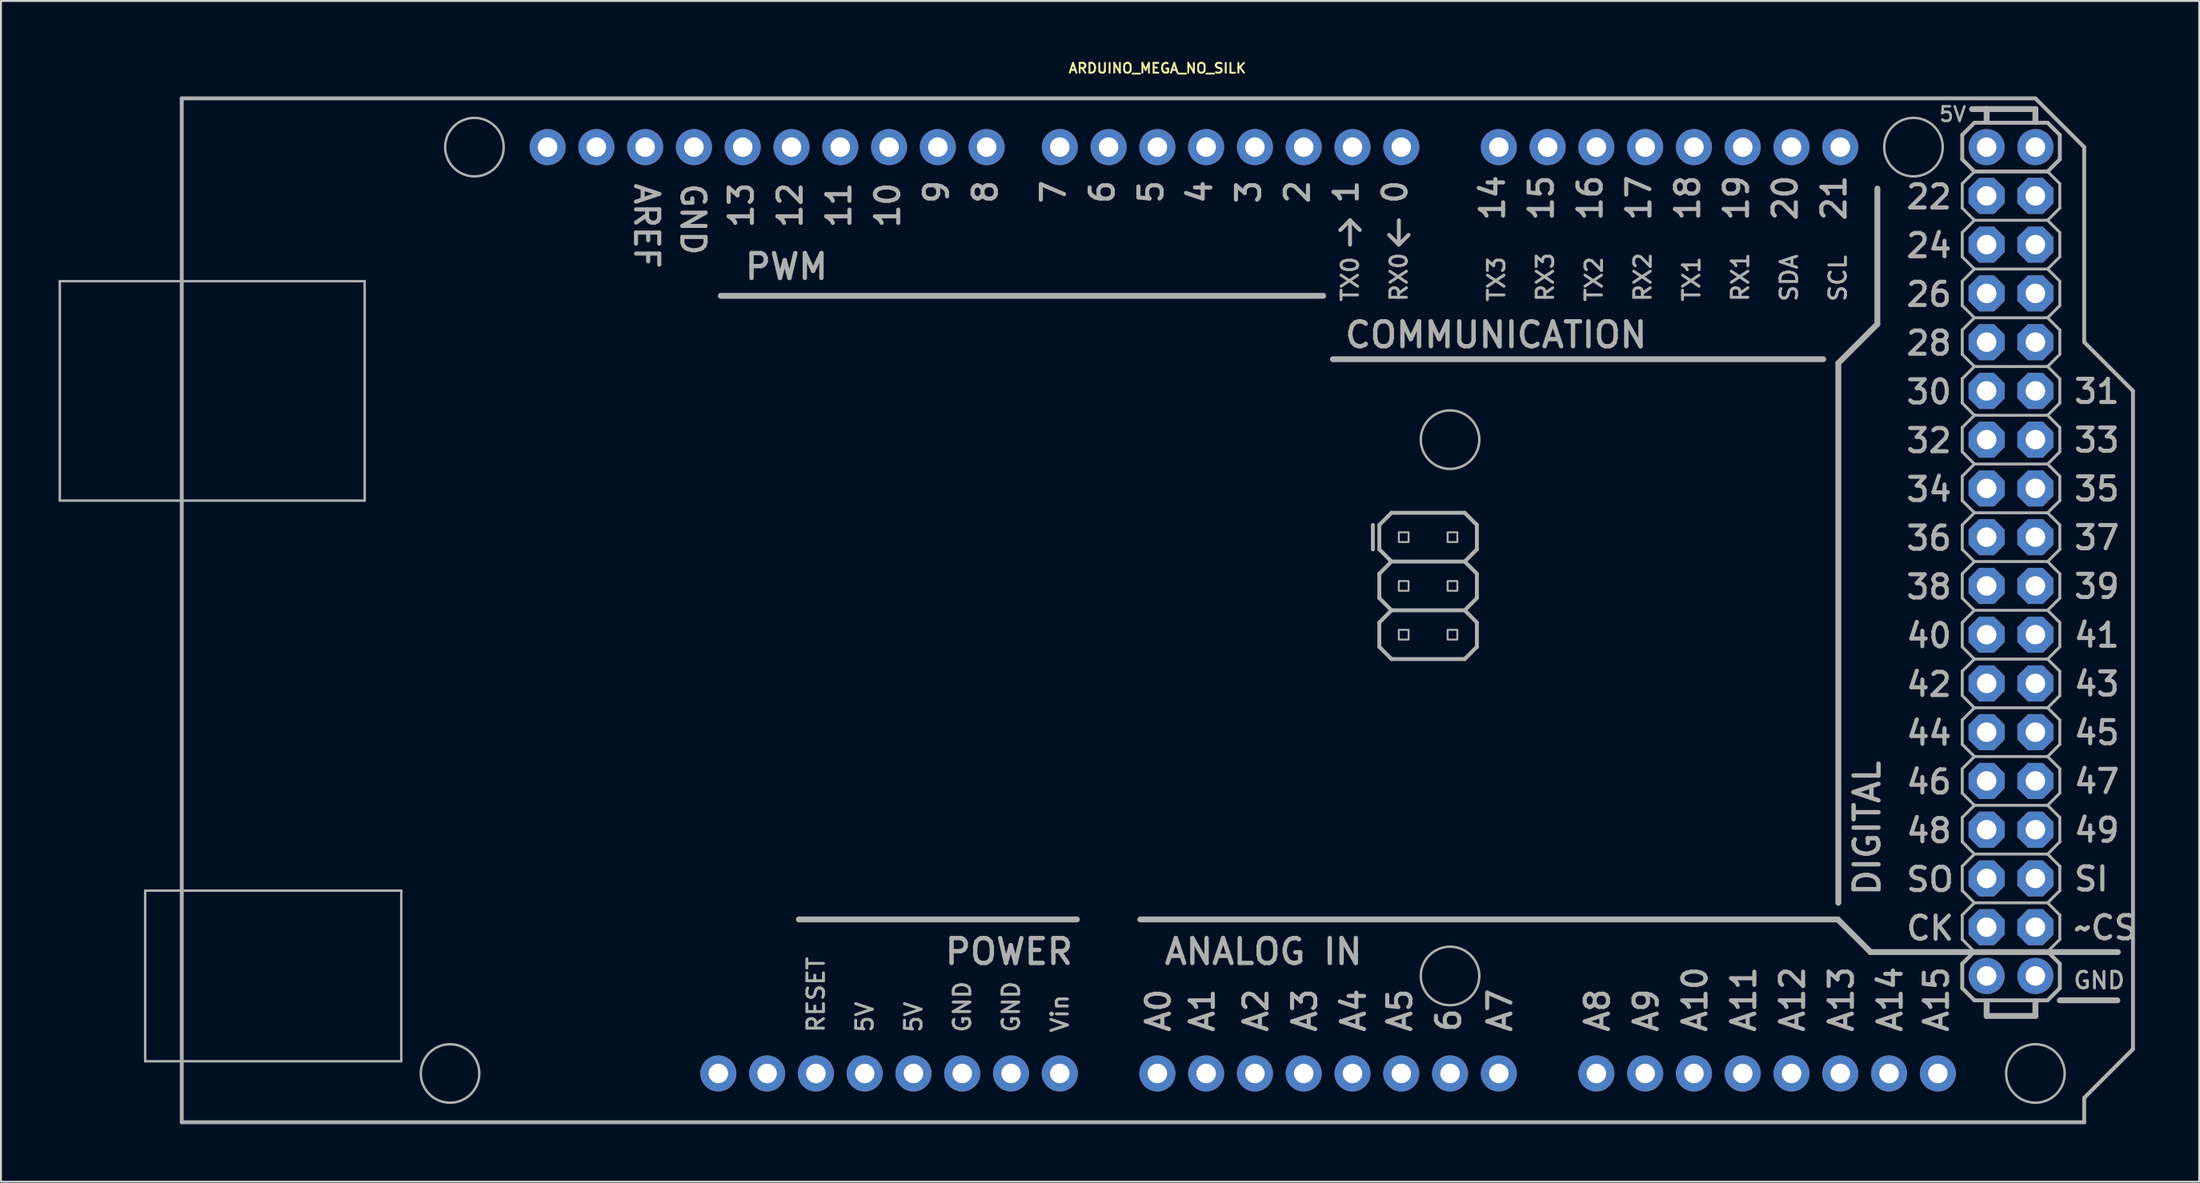
<source format=kicad_pcb>
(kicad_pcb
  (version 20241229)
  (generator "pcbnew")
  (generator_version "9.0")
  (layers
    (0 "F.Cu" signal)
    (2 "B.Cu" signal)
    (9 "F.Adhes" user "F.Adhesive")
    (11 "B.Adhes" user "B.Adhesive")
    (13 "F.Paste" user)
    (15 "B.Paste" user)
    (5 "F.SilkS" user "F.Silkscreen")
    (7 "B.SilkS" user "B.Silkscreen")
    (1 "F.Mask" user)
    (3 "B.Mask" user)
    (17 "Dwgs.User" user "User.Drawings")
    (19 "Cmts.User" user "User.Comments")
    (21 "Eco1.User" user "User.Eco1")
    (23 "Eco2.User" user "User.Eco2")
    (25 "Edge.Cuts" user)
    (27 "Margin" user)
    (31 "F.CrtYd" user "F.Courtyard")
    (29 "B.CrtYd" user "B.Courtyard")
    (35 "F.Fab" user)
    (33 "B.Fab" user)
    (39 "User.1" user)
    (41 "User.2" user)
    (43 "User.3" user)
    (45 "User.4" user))
  (footprint "ARDUINO_MEGA_NO_SILK"
    (layer "F.Cu")
    (at 55.944 28.745)
    (property "Reference" "ARDUINO_MEGA_NO_SILK" (at 1.27 -27.94 0) (unlocked yes) (layer "F.SilkS") (effects (font (size 0.512 0.512) (thickness 0.098)) (justify bottom)))
    (fp_line (start -55.88 -17.145) (end -55.88 -5.715) (stroke (width 0.127) (type solid)) (layer "F.Fab"))
    (fp_line (start -55.88 -5.715) (end -40.005 -5.715) (stroke (width 0.127) (type solid)) (layer "F.Fab"))
    (fp_line (start -51.435 14.605) (end -51.435 23.495) (stroke (width 0.127) (type solid)) (layer "F.Fab"))
    (fp_line (start -51.435 23.495) (end -38.1 23.495) (stroke (width 0.127) (type solid)) (layer "F.Fab"))
    (fp_line (start -49.53 -26.67) (end 46.99 -26.67) (stroke (width 0.203) (type solid)) (layer "F.Fab"))
    (fp_line (start -49.53 26.67) (end -49.53 -26.67) (stroke (width 0.203) (type solid)) (layer "F.Fab"))
    (fp_line (start -40.005 -17.145) (end -55.88 -17.145) (stroke (width 0.127) (type solid)) (layer "F.Fab"))
    (fp_line (start -40.005 -5.715) (end -40.005 -17.145) (stroke (width 0.127) (type solid)) (layer "F.Fab"))
    (fp_line (start -38.1 14.605) (end -51.435 14.605) (stroke (width 0.127) (type solid)) (layer "F.Fab"))
    (fp_line (start -38.1 23.495) (end -38.1 14.605) (stroke (width 0.127) (type solid)) (layer "F.Fab"))
    (fp_line (start -2.921 16.104) (end -17.399 16.104) (stroke (width 0.305) (type solid)) (layer "F.Fab"))
    (fp_line (start 9.906 -16.383) (end -21.463 -16.383) (stroke (width 0.305) (type solid)) (layer "F.Fab"))
    (fp_line (start 10.414 -13.081) (end 35.941 -13.081) (stroke (width 0.305) (type solid)) (layer "F.Fab"))
    (fp_line (start 10.795 -19.812) (end 11.303 -20.32) (stroke (width 0.203) (type solid)) (layer "F.Fab"))
    (fp_line (start 11.303 -20.32) (end 11.811 -19.812) (stroke (width 0.203) (type solid)) (layer "F.Fab"))
    (fp_line (start 11.303 -19.05) (end 11.303 -20.32) (stroke (width 0.203) (type solid)) (layer "F.Fab"))
    (fp_line (start 12.492 -3.175) (end 12.492 -4.445) (stroke (width 0.203) (type solid)) (layer "F.Fab"))
    (fp_line (start 12.827 -4.445) (end 12.827 -3.175) (stroke (width 0.203) (type solid)) (layer "F.Fab"))
    (fp_line (start 12.827 -3.175) (end 13.462 -2.54) (stroke (width 0.203) (type solid)) (layer "F.Fab"))
    (fp_line (start 12.827 -1.905) (end 12.827 -0.635) (stroke (width 0.203) (type solid)) (layer "F.Fab"))
    (fp_line (start 12.827 -0.635) (end 13.462 0) (stroke (width 0.203) (type solid)) (layer "F.Fab"))
    (fp_line (start 12.827 0.635) (end 12.827 1.905) (stroke (width 0.203) (type solid)) (layer "F.Fab"))
    (fp_line (start 12.827 1.905) (end 13.462 2.54) (stroke (width 0.203) (type solid)) (layer "F.Fab"))
    (fp_line (start 13.462 -5.08) (end 12.827 -4.445) (stroke (width 0.203) (type solid)) (layer "F.Fab"))
    (fp_line (start 13.462 -5.08) (end 17.272 -5.08) (stroke (width 0.203) (type solid)) (layer "F.Fab"))
    (fp_line (start 13.462 -2.54) (end 12.827 -1.905) (stroke (width 0.203) (type solid)) (layer "F.Fab"))
    (fp_line (start 13.462 0) (end 12.827 0.635) (stroke (width 0.203) (type solid)) (layer "F.Fab"))
    (fp_line (start 13.843 -20.32) (end 13.843 -19.05) (stroke (width 0.203) (type solid)) (layer "F.Fab"))
    (fp_line (start 13.843 -19.05) (end 13.335 -19.558) (stroke (width 0.203) (type solid)) (layer "F.Fab"))
    (fp_line (start 14.351 -19.558) (end 13.843 -19.05) (stroke (width 0.203) (type solid)) (layer "F.Fab"))
    (fp_line (start 17.272 -5.08) (end 17.907 -4.445) (stroke (width 0.203) (type solid)) (layer "F.Fab"))
    (fp_line (start 17.272 -2.54) (end 13.462 -2.54) (stroke (width 0.203) (type solid)) (layer "F.Fab"))
    (fp_line (start 17.272 -2.54) (end 17.907 -1.905) (stroke (width 0.203) (type solid)) (layer "F.Fab"))
    (fp_line (start 17.272 0) (end 13.462 0) (stroke (width 0.203) (type solid)) (layer "F.Fab"))
    (fp_line (start 17.272 0) (end 17.907 0.635) (stroke (width 0.203) (type solid)) (layer "F.Fab"))
    (fp_line (start 17.272 2.54) (end 13.462 2.54) (stroke (width 0.203) (type solid)) (layer "F.Fab"))
    (fp_line (start 17.907 -4.445) (end 17.907 -3.175) (stroke (width 0.203) (type solid)) (layer "F.Fab"))
    (fp_line (start 17.907 -3.175) (end 17.272 -2.54) (stroke (width 0.203) (type solid)) (layer "F.Fab"))
    (fp_line (start 17.907 -1.905) (end 17.907 -0.635) (stroke (width 0.203) (type solid)) (layer "F.Fab"))
    (fp_line (start 17.907 -0.635) (end 17.272 0) (stroke (width 0.203) (type solid)) (layer "F.Fab"))
    (fp_line (start 17.907 0.635) (end 17.907 1.905) (stroke (width 0.203) (type solid)) (layer "F.Fab"))
    (fp_line (start 17.907 1.905) (end 17.272 2.54) (stroke (width 0.203) (type solid)) (layer "F.Fab"))
    (fp_line (start 36.703 16.104) (end 0.381 16.104) (stroke (width 0.305) (type solid)) (layer "F.Fab"))
    (fp_line (start 36.703 16.104) (end 38.405 17.805) (stroke (width 0.305) (type solid)) (layer "F.Fab"))
    (fp_line (start 36.728 -12.878) (end 36.728 15.24) (stroke (width 0.305) (type solid)) (layer "F.Fab"))
    (fp_line (start 36.728 -12.878) (end 38.76 -14.91) (stroke (width 0.305) (type solid)) (layer "F.Fab"))
    (fp_line (start 38.405 17.805) (end 51.283 17.805) (stroke (width 0.305) (type solid)) (layer "F.Fab"))
    (fp_line (start 38.76 -14.91) (end 38.76 -21.971) (stroke (width 0.305) (type solid)) (layer "F.Fab"))
    (fp_line (start 43.18 -24.765) (end 43.18 -23.495) (stroke (width 0.203) (type solid)) (layer "F.Fab"))
    (fp_line (start 43.18 -23.495) (end 43.815 -22.86) (stroke (width 0.203) (type solid)) (layer "F.Fab"))
    (fp_line (start 43.18 -22.225) (end 43.815 -22.86) (stroke (width 0.152) (type solid)) (layer "F.Fab"))
    (fp_line (start 43.18 -20.955) (end 43.18 -22.225) (stroke (width 0.152) (type solid)) (layer "F.Fab"))
    (fp_line (start 43.18 -19.685) (end 43.815 -20.32) (stroke (width 0.152) (type solid)) (layer "F.Fab"))
    (fp_line (start 43.18 -18.415) (end 43.18 -19.685) (stroke (width 0.152) (type solid)) (layer "F.Fab"))
    (fp_line (start 43.18 -17.145) (end 43.815 -17.78) (stroke (width 0.152) (type solid)) (layer "F.Fab"))
    (fp_line (start 43.18 -15.875) (end 43.18 -17.145) (stroke (width 0.152) (type solid)) (layer "F.Fab"))
    (fp_line (start 43.18 -14.605) (end 43.815 -15.24) (stroke (width 0.152) (type solid)) (layer "F.Fab"))
    (fp_line (start 43.18 -13.335) (end 43.18 -14.605) (stroke (width 0.152) (type solid)) (layer "F.Fab"))
    (fp_line (start 43.18 -12.065) (end 43.815 -12.7) (stroke (width 0.152) (type solid)) (layer "F.Fab"))
    (fp_line (start 43.18 -10.795) (end 43.18 -12.065) (stroke (width 0.152) (type solid)) (layer "F.Fab"))
    (fp_line (start 43.18 -9.525) (end 43.815 -10.16) (stroke (width 0.152) (type solid)) (layer "F.Fab"))
    (fp_line (start 43.18 -8.255) (end 43.18 -9.525) (stroke (width 0.152) (type solid)) (layer "F.Fab"))
    (fp_line (start 43.18 -6.985) (end 43.815 -7.62) (stroke (width 0.152) (type solid)) (layer "F.Fab"))
    (fp_line (start 43.18 -5.715) (end 43.18 -6.985) (stroke (width 0.152) (type solid)) (layer "F.Fab"))
    (fp_line (start 43.18 -4.445) (end 43.815 -5.08) (stroke (width 0.152) (type solid)) (layer "F.Fab"))
    (fp_line (start 43.18 -3.175) (end 43.18 -4.445) (stroke (width 0.152) (type solid)) (layer "F.Fab"))
    (fp_line (start 43.18 -1.905) (end 43.815 -2.54) (stroke (width 0.152) (type solid)) (layer "F.Fab"))
    (fp_line (start 43.18 -0.635) (end 43.18 -1.905) (stroke (width 0.152) (type solid)) (layer "F.Fab"))
    (fp_line (start 43.18 0.635) (end 43.815 0) (stroke (width 0.152) (type solid)) (layer "F.Fab"))
    (fp_line (start 43.18 1.905) (end 43.18 0.635) (stroke (width 0.152) (type solid)) (layer "F.Fab"))
    (fp_line (start 43.18 3.175) (end 43.815 2.54) (stroke (width 0.152) (type solid)) (layer "F.Fab"))
    (fp_line (start 43.18 4.445) (end 43.18 3.175) (stroke (width 0.152) (type solid)) (layer "F.Fab"))
    (fp_line (start 43.18 5.715) (end 43.815 5.08) (stroke (width 0.152) (type solid)) (layer "F.Fab"))
    (fp_line (start 43.18 6.985) (end 43.18 5.715) (stroke (width 0.152) (type solid)) (layer "F.Fab"))
    (fp_line (start 43.18 8.255) (end 43.815 7.62) (stroke (width 0.152) (type solid)) (layer "F.Fab"))
    (fp_line (start 43.18 9.525) (end 43.18 8.255) (stroke (width 0.152) (type solid)) (layer "F.Fab"))
    (fp_line (start 43.18 10.795) (end 43.815 10.16) (stroke (width 0.152) (type solid)) (layer "F.Fab"))
    (fp_line (start 43.18 12.065) (end 43.18 10.795) (stroke (width 0.152) (type solid)) (layer "F.Fab"))
    (fp_line (start 43.18 13.335) (end 43.815 12.7) (stroke (width 0.152) (type solid)) (layer "F.Fab"))
    (fp_line (start 43.18 14.605) (end 43.18 13.335) (stroke (width 0.152) (type solid)) (layer "F.Fab"))
    (fp_line (start 43.18 15.875) (end 43.815 15.24) (stroke (width 0.152) (type solid)) (layer "F.Fab"))
    (fp_line (start 43.18 17.145) (end 43.18 15.875) (stroke (width 0.152) (type solid)) (layer "F.Fab"))
    (fp_line (start 43.18 18.415) (end 43.18 19.685) (stroke (width 0.203) (type solid)) (layer "F.Fab"))
    (fp_line (start 43.18 19.685) (end 43.815 20.32) (stroke (width 0.203) (type solid)) (layer "F.Fab"))
    (fp_line (start 43.688 -26.111) (end 44.45 -26.111) (stroke (width 0.305) (type solid)) (layer "F.Fab"))
    (fp_line (start 43.815 -25.4) (end 43.18 -24.765) (stroke (width 0.203) (type solid)) (layer "F.Fab"))
    (fp_line (start 43.815 -25.4) (end 47.625 -25.4) (stroke (width 0.203) (type solid)) (layer "F.Fab"))
    (fp_line (start 43.815 -20.32) (end 43.18 -20.955) (stroke (width 0.152) (type solid)) (layer "F.Fab"))
    (fp_line (start 43.815 -20.32) (end 47.625 -20.32) (stroke (width 0.152) (type solid)) (layer "F.Fab"))
    (fp_line (start 43.815 -17.78) (end 43.18 -18.415) (stroke (width 0.152) (type solid)) (layer "F.Fab"))
    (fp_line (start 43.815 -17.78) (end 47.625 -17.78) (stroke (width 0.152) (type solid)) (layer "F.Fab"))
    (fp_line (start 43.815 -15.24) (end 43.18 -15.875) (stroke (width 0.152) (type solid)) (layer "F.Fab"))
    (fp_line (start 43.815 -15.24) (end 47.625 -15.24) (stroke (width 0.152) (type solid)) (layer "F.Fab"))
    (fp_line (start 43.815 -12.7) (end 43.18 -13.335) (stroke (width 0.152) (type solid)) (layer "F.Fab"))
    (fp_line (start 43.815 -12.7) (end 47.625 -12.7) (stroke (width 0.152) (type solid)) (layer "F.Fab"))
    (fp_line (start 43.815 -10.16) (end 43.18 -10.795) (stroke (width 0.152) (type solid)) (layer "F.Fab"))
    (fp_line (start 43.815 -10.16) (end 47.625 -10.16) (stroke (width 0.152) (type solid)) (layer "F.Fab"))
    (fp_line (start 43.815 -7.62) (end 43.18 -8.255) (stroke (width 0.152) (type solid)) (layer "F.Fab"))
    (fp_line (start 43.815 -7.62) (end 47.625 -7.62) (stroke (width 0.152) (type solid)) (layer "F.Fab"))
    (fp_line (start 43.815 -5.08) (end 43.18 -5.715) (stroke (width 0.152) (type solid)) (layer "F.Fab"))
    (fp_line (start 43.815 -5.08) (end 47.625 -5.08) (stroke (width 0.152) (type solid)) (layer "F.Fab"))
    (fp_line (start 43.815 -2.54) (end 43.18 -3.175) (stroke (width 0.152) (type solid)) (layer "F.Fab"))
    (fp_line (start 43.815 -2.54) (end 47.625 -2.54) (stroke (width 0.152) (type solid)) (layer "F.Fab"))
    (fp_line (start 43.815 0) (end 43.18 -0.635) (stroke (width 0.152) (type solid)) (layer "F.Fab"))
    (fp_line (start 43.815 0) (end 47.625 0) (stroke (width 0.152) (type solid)) (layer "F.Fab"))
    (fp_line (start 43.815 2.54) (end 43.18 1.905) (stroke (width 0.152) (type solid)) (layer "F.Fab"))
    (fp_line (start 43.815 2.54) (end 47.625 2.54) (stroke (width 0.152) (type solid)) (layer "F.Fab"))
    (fp_line (start 43.815 5.08) (end 43.18 4.445) (stroke (width 0.152) (type solid)) (layer "F.Fab"))
    (fp_line (start 43.815 5.08) (end 47.625 5.08) (stroke (width 0.152) (type solid)) (layer "F.Fab"))
    (fp_line (start 43.815 7.62) (end 43.18 6.985) (stroke (width 0.152) (type solid)) (layer "F.Fab"))
    (fp_line (start 43.815 7.62) (end 47.625 7.62) (stroke (width 0.152) (type solid)) (layer "F.Fab"))
    (fp_line (start 43.815 10.16) (end 43.18 9.525) (stroke (width 0.152) (type solid)) (layer "F.Fab"))
    (fp_line (start 43.815 10.16) (end 47.625 10.16) (stroke (width 0.152) (type solid)) (layer "F.Fab"))
    (fp_line (start 43.815 12.7) (end 43.18 12.065) (stroke (width 0.152) (type solid)) (layer "F.Fab"))
    (fp_line (start 43.815 12.7) (end 47.625 12.7) (stroke (width 0.152) (type solid)) (layer "F.Fab"))
    (fp_line (start 43.815 15.24) (end 43.18 14.605) (stroke (width 0.152) (type solid)) (layer "F.Fab"))
    (fp_line (start 43.815 15.24) (end 47.625 15.24) (stroke (width 0.152) (type solid)) (layer "F.Fab"))
    (fp_line (start 43.815 17.78) (end 43.18 17.145) (stroke (width 0.152) (type solid)) (layer "F.Fab"))
    (fp_line (start 43.815 17.78) (end 43.18 18.415) (stroke (width 0.203) (type solid)) (layer "F.Fab"))
    (fp_line (start 43.815 17.78) (end 47.625 17.78) (stroke (width 0.203) (type solid)) (layer "F.Fab"))
    (fp_line (start 44.45 -26.111) (end 46.99 -26.111) (stroke (width 0.305) (type solid)) (layer "F.Fab"))
    (fp_line (start 44.45 -25.476) (end 44.45 -26.111) (stroke (width 0.305) (type solid)) (layer "F.Fab"))
    (fp_line (start 44.45 20.396) (end 44.45 21.133) (stroke (width 0.305) (type solid)) (layer "F.Fab"))
    (fp_line (start 44.45 21.133) (end 46.99 21.133) (stroke (width 0.305) (type solid)) (layer "F.Fab"))
    (fp_line (start 46.99 -26.67) (end 49.53 -24.13) (stroke (width 0.203) (type solid)) (layer "F.Fab"))
    (fp_line (start 46.99 -26.111) (end 46.99 -25.451) (stroke (width 0.305) (type solid)) (layer "F.Fab"))
    (fp_line (start 46.99 21.133) (end 46.99 20.371) (stroke (width 0.305) (type solid)) (layer "F.Fab"))
    (fp_line (start 47.625 -25.4) (end 48.26 -24.765) (stroke (width 0.203) (type solid)) (layer "F.Fab"))
    (fp_line (start 47.625 -22.86) (end 43.815 -22.86) (stroke (width 0.203) (type solid)) (layer "F.Fab"))
    (fp_line (start 47.625 -22.86) (end 48.26 -22.225) (stroke (width 0.152) (type solid)) (layer "F.Fab"))
    (fp_line (start 47.625 -20.32) (end 48.26 -20.955) (stroke (width 0.152) (type solid)) (layer "F.Fab"))
    (fp_line (start 47.625 -20.32) (end 48.26 -19.685) (stroke (width 0.152) (type solid)) (layer "F.Fab"))
    (fp_line (start 47.625 -17.78) (end 48.26 -18.415) (stroke (width 0.152) (type solid)) (layer "F.Fab"))
    (fp_line (start 47.625 -15.24) (end 48.26 -15.875) (stroke (width 0.152) (type solid)) (layer "F.Fab"))
    (fp_line (start 47.625 -12.7) (end 48.26 -13.335) (stroke (width 0.152) (type solid)) (layer "F.Fab"))
    (fp_line (start 47.625 -10.16) (end 48.26 -10.795) (stroke (width 0.152) (type solid)) (layer "F.Fab"))
    (fp_line (start 47.625 -7.62) (end 48.26 -8.255) (stroke (width 0.152) (type solid)) (layer "F.Fab"))
    (fp_line (start 47.625 -5.08) (end 48.26 -5.715) (stroke (width 0.152) (type solid)) (layer "F.Fab"))
    (fp_line (start 47.625 -2.54) (end 48.26 -3.175) (stroke (width 0.152) (type solid)) (layer "F.Fab"))
    (fp_line (start 47.625 -2.54) (end 48.26 -1.905) (stroke (width 0.152) (type solid)) (layer "F.Fab"))
    (fp_line (start 47.625 0) (end 48.26 -0.635) (stroke (width 0.152) (type solid)) (layer "F.Fab"))
    (fp_line (start 47.625 0) (end 48.26 0.635) (stroke (width 0.152) (type solid)) (layer "F.Fab"))
    (fp_line (start 47.625 2.54) (end 48.26 1.905) (stroke (width 0.152) (type solid)) (layer "F.Fab"))
    (fp_line (start 47.625 5.08) (end 48.26 4.445) (stroke (width 0.152) (type solid)) (layer "F.Fab"))
    (fp_line (start 47.625 7.62) (end 48.26 6.985) (stroke (width 0.152) (type solid)) (layer "F.Fab"))
    (fp_line (start 47.625 10.16) (end 48.26 9.525) (stroke (width 0.152) (type solid)) (layer "F.Fab"))
    (fp_line (start 47.625 12.7) (end 48.26 12.065) (stroke (width 0.152) (type solid)) (layer "F.Fab"))
    (fp_line (start 47.625 15.24) (end 48.26 14.605) (stroke (width 0.152) (type solid)) (layer "F.Fab"))
    (fp_line (start 47.625 17.78) (end 48.26 17.145) (stroke (width 0.152) (type solid)) (layer "F.Fab"))
    (fp_line (start 47.625 17.78) (end 48.26 18.415) (stroke (width 0.203) (type solid)) (layer "F.Fab"))
    (fp_line (start 47.625 20.32) (end 43.815 20.32) (stroke (width 0.203) (type solid)) (layer "F.Fab"))
    (fp_line (start 48.26 -24.765) (end 48.26 -23.495) (stroke (width 0.203) (type solid)) (layer "F.Fab"))
    (fp_line (start 48.26 -23.495) (end 47.625 -22.86) (stroke (width 0.203) (type solid)) (layer "F.Fab"))
    (fp_line (start 48.26 -20.955) (end 48.26 -22.225) (stroke (width 0.152) (type solid)) (layer "F.Fab"))
    (fp_line (start 48.26 -18.415) (end 48.26 -19.685) (stroke (width 0.152) (type solid)) (layer "F.Fab"))
    (fp_line (start 48.26 -17.145) (end 47.625 -17.78) (stroke (width 0.152) (type solid)) (layer "F.Fab"))
    (fp_line (start 48.26 -15.875) (end 48.26 -17.145) (stroke (width 0.152) (type solid)) (layer "F.Fab"))
    (fp_line (start 48.26 -14.605) (end 47.625 -15.24) (stroke (width 0.152) (type solid)) (layer "F.Fab"))
    (fp_line (start 48.26 -13.335) (end 48.26 -14.605) (stroke (width 0.152) (type solid)) (layer "F.Fab"))
    (fp_line (start 48.26 -12.065) (end 47.625 -12.7) (stroke (width 0.152) (type solid)) (layer "F.Fab"))
    (fp_line (start 48.26 -10.795) (end 48.26 -12.065) (stroke (width 0.152) (type solid)) (layer "F.Fab"))
    (fp_line (start 48.26 -9.525) (end 47.625 -10.16) (stroke (width 0.152) (type solid)) (layer "F.Fab"))
    (fp_line (start 48.26 -8.255) (end 48.26 -9.525) (stroke (width 0.152) (type solid)) (layer "F.Fab"))
    (fp_line (start 48.26 -6.985) (end 47.625 -7.62) (stroke (width 0.152) (type solid)) (layer "F.Fab"))
    (fp_line (start 48.26 -5.715) (end 48.26 -6.985) (stroke (width 0.152) (type solid)) (layer "F.Fab"))
    (fp_line (start 48.26 -4.445) (end 47.625 -5.08) (stroke (width 0.152) (type solid)) (layer "F.Fab"))
    (fp_line (start 48.26 -3.175) (end 48.26 -4.445) (stroke (width 0.152) (type solid)) (layer "F.Fab"))
    (fp_line (start 48.26 -0.635) (end 48.26 -1.905) (stroke (width 0.152) (type solid)) (layer "F.Fab"))
    (fp_line (start 48.26 1.905) (end 48.26 0.635) (stroke (width 0.152) (type solid)) (layer "F.Fab"))
    (fp_line (start 48.26 3.175) (end 47.625 2.54) (stroke (width 0.152) (type solid)) (layer "F.Fab"))
    (fp_line (start 48.26 4.445) (end 48.26 3.175) (stroke (width 0.152) (type solid)) (layer "F.Fab"))
    (fp_line (start 48.26 5.715) (end 47.625 5.08) (stroke (width 0.152) (type solid)) (layer "F.Fab"))
    (fp_line (start 48.26 6.985) (end 48.26 5.715) (stroke (width 0.152) (type solid)) (layer "F.Fab"))
    (fp_line (start 48.26 8.255) (end 47.625 7.62) (stroke (width 0.152) (type solid)) (layer "F.Fab"))
    (fp_line (start 48.26 9.525) (end 48.26 8.255) (stroke (width 0.152) (type solid)) (layer "F.Fab"))
    (fp_line (start 48.26 10.795) (end 47.625 10.16) (stroke (width 0.152) (type solid)) (layer "F.Fab"))
    (fp_line (start 48.26 12.065) (end 48.26 10.795) (stroke (width 0.152) (type solid)) (layer "F.Fab"))
    (fp_line (start 48.26 13.335) (end 47.625 12.7) (stroke (width 0.152) (type solid)) (layer "F.Fab"))
    (fp_line (start 48.26 14.605) (end 48.26 13.335) (stroke (width 0.152) (type solid)) (layer "F.Fab"))
    (fp_line (start 48.26 15.875) (end 47.625 15.24) (stroke (width 0.152) (type solid)) (layer "F.Fab"))
    (fp_line (start 48.26 17.145) (end 48.26 15.875) (stroke (width 0.152) (type solid)) (layer "F.Fab"))
    (fp_line (start 48.26 18.415) (end 48.26 19.685) (stroke (width 0.203) (type solid)) (layer "F.Fab"))
    (fp_line (start 48.26 19.685) (end 47.625 20.32) (stroke (width 0.203) (type solid)) (layer "F.Fab"))
    (fp_line (start 48.26 20.32) (end 51.257 20.32) (stroke (width 0.305) (type solid)) (layer "F.Fab"))
    (fp_line (start 49.53 -24.13) (end 49.53 -13.97) (stroke (width 0.203) (type solid)) (layer "F.Fab"))
    (fp_line (start 49.53 -13.97) (end 52.07 -11.43) (stroke (width 0.203) (type solid)) (layer "F.Fab"))
    (fp_line (start 49.53 25.4) (end 49.53 26.67) (stroke (width 0.203) (type solid)) (layer "F.Fab"))
    (fp_line (start 49.53 26.67) (end -49.53 26.67) (stroke (width 0.203) (type solid)) (layer "F.Fab"))
    (fp_line (start 52.07 -11.43) (end 52.07 22.86) (stroke (width 0.203) (type solid)) (layer "F.Fab"))
    (fp_line (start 52.07 22.86) (end 49.53 25.4) (stroke (width 0.203) (type solid)) (layer "F.Fab"))
    (fp_circle (center -35.56 24.13) (end -34.036 24.13) (stroke (width 0.127) (type solid)) (fill no) (layer "F.Fab"))
    (fp_circle (center -34.29 -24.13) (end -32.766 -24.13) (stroke (width 0.127) (type solid)) (fill no) (layer "F.Fab"))
    (fp_circle (center 16.51 -8.89) (end 18.034 -8.89) (stroke (width 0.127) (type solid)) (fill no) (layer "F.Fab"))
    (fp_circle (center 16.51 19.05) (end 18.034 19.05) (stroke (width 0.127) (type solid)) (fill no) (layer "F.Fab"))
    (fp_circle (center 40.64 -24.13) (end 42.164 -24.13) (stroke (width 0.127) (type solid)) (fill no) (layer "F.Fab"))
    (fp_circle (center 46.99 24.13) (end 48.514 24.13) (stroke (width 0.127) (type solid)) (fill no) (layer "F.Fab"))
    (fp_poly (pts (xy -30.734 -23.876) (xy -30.226 -23.876) (xy -30.226 -24.384) (xy -30.734 -24.384)) (stroke (width 0.1) (type default)) (fill no) (layer "F.Fab"))
    (fp_poly (pts (xy -28.194 -23.876) (xy -27.686 -23.876) (xy -27.686 -24.384) (xy -28.194 -24.384)) (stroke (width 0.1) (type default)) (fill no) (layer "F.Fab"))
    (fp_poly (pts (xy -25.654 -23.876) (xy -25.146 -23.876) (xy -25.146 -24.384) (xy -25.654 -24.384)) (stroke (width 0.1) (type default)) (fill no) (layer "F.Fab"))
    (fp_poly (pts (xy -23.114 -23.876) (xy -22.606 -23.876) (xy -22.606 -24.384) (xy -23.114 -24.384)) (stroke (width 0.1) (type default)) (fill no) (layer "F.Fab"))
    (fp_poly (pts (xy -21.336 23.876) (xy -21.844 23.876) (xy -21.844 24.384) (xy -21.336 24.384)) (stroke (width 0.1) (type default)) (fill no) (layer "F.Fab"))
    (fp_poly (pts (xy -20.574 -23.876) (xy -20.066 -23.876) (xy -20.066 -24.384) (xy -20.574 -24.384)) (stroke (width 0.1) (type default)) (fill no) (layer "F.Fab"))
    (fp_poly (pts (xy -18.796 23.876) (xy -19.304 23.876) (xy -19.304 24.384) (xy -18.796 24.384)) (stroke (width 0.1) (type default)) (fill no) (layer "F.Fab"))
    (fp_poly (pts (xy -18.034 -23.876) (xy -17.526 -23.876) (xy -17.526 -24.384) (xy -18.034 -24.384)) (stroke (width 0.1) (type default)) (fill no) (layer "F.Fab"))
    (fp_poly (pts (xy -16.764 24.384) (xy -16.256 24.384) (xy -16.256 23.876) (xy -16.764 23.876)) (stroke (width 0.1) (type default)) (fill no) (layer "F.Fab"))
    (fp_poly (pts (xy -15.494 -23.876) (xy -14.986 -23.876) (xy -14.986 -24.384) (xy -15.494 -24.384)) (stroke (width 0.1) (type default)) (fill no) (layer "F.Fab"))
    (fp_poly (pts (xy -14.224 24.384) (xy -13.716 24.384) (xy -13.716 23.876) (xy -14.224 23.876)) (stroke (width 0.1) (type default)) (fill no) (layer "F.Fab"))
    (fp_poly (pts (xy -12.954 -23.876) (xy -12.446 -23.876) (xy -12.446 -24.384) (xy -12.954 -24.384)) (stroke (width 0.1) (type default)) (fill no) (layer "F.Fab"))
    (fp_poly (pts (xy -11.684 24.384) (xy -11.176 24.384) (xy -11.176 23.876) (xy -11.684 23.876)) (stroke (width 0.1) (type default)) (fill no) (layer "F.Fab"))
    (fp_poly (pts (xy -10.414 -23.876) (xy -9.906 -23.876) (xy -9.906 -24.384) (xy -10.414 -24.384)) (stroke (width 0.1) (type default)) (fill no) (layer "F.Fab"))
    (fp_poly (pts (xy -9.144 24.384) (xy -8.636 24.384) (xy -8.636 23.876) (xy -9.144 23.876)) (stroke (width 0.1) (type default)) (fill no) (layer "F.Fab"))
    (fp_poly (pts (xy -7.874 -23.876) (xy -7.366 -23.876) (xy -7.366 -24.384) (xy -7.874 -24.384)) (stroke (width 0.1) (type default)) (fill no) (layer "F.Fab"))
    (fp_poly (pts (xy -6.604 24.384) (xy -6.096 24.384) (xy -6.096 23.876) (xy -6.604 23.876)) (stroke (width 0.1) (type default)) (fill no) (layer "F.Fab"))
    (fp_poly (pts (xy -4.064 -23.876) (xy -3.556 -23.876) (xy -3.556 -24.384) (xy -4.064 -24.384)) (stroke (width 0.1) (type default)) (fill no) (layer "F.Fab"))
    (fp_poly (pts (xy -4.064 24.384) (xy -3.556 24.384) (xy -3.556 23.876) (xy -4.064 23.876)) (stroke (width 0.1) (type default)) (fill no) (layer "F.Fab"))
    (fp_poly (pts (xy -1.524 -23.876) (xy -1.016 -23.876) (xy -1.016 -24.384) (xy -1.524 -24.384)) (stroke (width 0.1) (type default)) (fill no) (layer "F.Fab"))
    (fp_poly (pts (xy 1.016 -23.876) (xy 1.524 -23.876) (xy 1.524 -24.384) (xy 1.016 -24.384)) (stroke (width 0.1) (type default)) (fill no) (layer "F.Fab"))
    (fp_poly (pts (xy 1.016 24.384) (xy 1.524 24.384) (xy 1.524 23.876) (xy 1.016 23.876)) (stroke (width 0.1) (type default)) (fill no) (layer "F.Fab"))
    (fp_poly (pts (xy 3.556 -23.876) (xy 4.064 -23.876) (xy 4.064 -24.384) (xy 3.556 -24.384)) (stroke (width 0.1) (type default)) (fill no) (layer "F.Fab"))
    (fp_poly (pts (xy 3.556 24.384) (xy 4.064 24.384) (xy 4.064 23.876) (xy 3.556 23.876)) (stroke (width 0.1) (type default)) (fill no) (layer "F.Fab"))
    (fp_poly (pts (xy 6.096 -23.876) (xy 6.604 -23.876) (xy 6.604 -24.384) (xy 6.096 -24.384)) (stroke (width 0.1) (type default)) (fill no) (layer "F.Fab"))
    (fp_poly (pts (xy 6.096 24.384) (xy 6.604 24.384) (xy 6.604 23.876) (xy 6.096 23.876)) (stroke (width 0.1) (type default)) (fill no) (layer "F.Fab"))
    (fp_poly (pts (xy 8.636 -23.876) (xy 9.144 -23.876) (xy 9.144 -24.384) (xy 8.636 -24.384)) (stroke (width 0.1) (type default)) (fill no) (layer "F.Fab"))
    (fp_poly (pts (xy 8.636 24.384) (xy 9.144 24.384) (xy 9.144 23.876) (xy 8.636 23.876)) (stroke (width 0.1) (type default)) (fill no) (layer "F.Fab"))
    (fp_poly (pts (xy 11.176 -23.876) (xy 11.684 -23.876) (xy 11.684 -24.384) (xy 11.176 -24.384)) (stroke (width 0.1) (type default)) (fill no) (layer "F.Fab"))
    (fp_poly (pts (xy 11.176 24.384) (xy 11.684 24.384) (xy 11.684 23.876) (xy 11.176 23.876)) (stroke (width 0.1) (type default)) (fill no) (layer "F.Fab"))
    (fp_poly (pts (xy 13.716 -23.876) (xy 14.224 -23.876) (xy 14.224 -24.384) (xy 13.716 -24.384)) (stroke (width 0.1) (type default)) (fill no) (layer "F.Fab"))
    (fp_poly (pts (xy 13.716 24.384) (xy 14.224 24.384) (xy 14.224 23.876) (xy 13.716 23.876)) (stroke (width 0.1) (type default)) (fill no) (layer "F.Fab"))
    (fp_poly (pts (xy 13.843 -4.064) (xy 13.843 -3.556) (xy 14.351 -3.556) (xy 14.351 -4.064)) (stroke (width 0.1) (type default)) (fill no) (layer "F.Fab"))
    (fp_poly (pts (xy 13.843 -1.524) (xy 13.843 -1.016) (xy 14.351 -1.016) (xy 14.351 -1.524)) (stroke (width 0.1) (type default)) (fill no) (layer "F.Fab"))
    (fp_poly (pts (xy 13.843 1.016) (xy 13.843 1.524) (xy 14.351 1.524) (xy 14.351 1.016)) (stroke (width 0.1) (type default)) (fill no) (layer "F.Fab"))
    (fp_poly (pts (xy 16.256 24.384) (xy 16.764 24.384) (xy 16.764 23.876) (xy 16.256 23.876)) (stroke (width 0.1) (type default)) (fill no) (layer "F.Fab"))
    (fp_poly (pts (xy 16.383 -4.064) (xy 16.383 -3.556) (xy 16.891 -3.556) (xy 16.891 -4.064)) (stroke (width 0.1) (type default)) (fill no) (layer "F.Fab"))
    (fp_poly (pts (xy 16.383 -1.524) (xy 16.383 -1.016) (xy 16.891 -1.016) (xy 16.891 -1.524)) (stroke (width 0.1) (type default)) (fill no) (layer "F.Fab"))
    (fp_poly (pts (xy 16.383 1.016) (xy 16.383 1.524) (xy 16.891 1.524) (xy 16.891 1.016)) (stroke (width 0.1) (type default)) (fill no) (layer "F.Fab"))
    (fp_poly (pts (xy 18.796 -23.876) (xy 19.304 -23.876) (xy 19.304 -24.384) (xy 18.796 -24.384)) (stroke (width 0.1) (type default)) (fill no) (layer "F.Fab"))
    (fp_poly (pts (xy 18.796 24.384) (xy 19.304 24.384) (xy 19.304 23.876) (xy 18.796 23.876)) (stroke (width 0.1) (type default)) (fill no) (layer "F.Fab"))
    (fp_poly (pts (xy 21.336 -23.876) (xy 21.844 -23.876) (xy 21.844 -24.384) (xy 21.336 -24.384)) (stroke (width 0.1) (type default)) (fill no) (layer "F.Fab"))
    (fp_poly (pts (xy 23.876 -23.876) (xy 24.384 -23.876) (xy 24.384 -24.384) (xy 23.876 -24.384)) (stroke (width 0.1) (type default)) (fill no) (layer "F.Fab"))
    (fp_poly (pts (xy 23.876 24.384) (xy 24.384 24.384) (xy 24.384 23.876) (xy 23.876 23.876)) (stroke (width 0.1) (type default)) (fill no) (layer "F.Fab"))
    (fp_poly (pts (xy 26.416 -23.876) (xy 26.924 -23.876) (xy 26.924 -24.384) (xy 26.416 -24.384)) (stroke (width 0.1) (type default)) (fill no) (layer "F.Fab"))
    (fp_poly (pts (xy 26.416 24.384) (xy 26.924 24.384) (xy 26.924 23.876) (xy 26.416 23.876)) (stroke (width 0.1) (type default)) (fill no) (layer "F.Fab"))
    (fp_poly (pts (xy 28.956 -23.876) (xy 29.464 -23.876) (xy 29.464 -24.384) (xy 28.956 -24.384)) (stroke (width 0.1) (type default)) (fill no) (layer "F.Fab"))
    (fp_poly (pts (xy 28.956 24.384) (xy 29.464 24.384) (xy 29.464 23.876) (xy 28.956 23.876)) (stroke (width 0.1) (type default)) (fill no) (layer "F.Fab"))
    (fp_poly (pts (xy 31.496 -23.876) (xy 32.004 -23.876) (xy 32.004 -24.384) (xy 31.496 -24.384)) (stroke (width 0.1) (type default)) (fill no) (layer "F.Fab"))
    (fp_poly (pts (xy 31.496 24.384) (xy 32.004 24.384) (xy 32.004 23.876) (xy 31.496 23.876)) (stroke (width 0.1) (type default)) (fill no) (layer "F.Fab"))
    (fp_poly (pts (xy 34.036 -23.876) (xy 34.544 -23.876) (xy 34.544 -24.384) (xy 34.036 -24.384)) (stroke (width 0.1) (type default)) (fill no) (layer "F.Fab"))
    (fp_poly (pts (xy 34.036 24.384) (xy 34.544 24.384) (xy 34.544 23.876) (xy 34.036 23.876)) (stroke (width 0.1) (type default)) (fill no) (layer "F.Fab"))
    (fp_poly (pts (xy 36.576 -23.876) (xy 37.084 -23.876) (xy 37.084 -24.384) (xy 36.576 -24.384)) (stroke (width 0.1) (type default)) (fill no) (layer "F.Fab"))
    (fp_poly (pts (xy 36.576 24.384) (xy 37.084 24.384) (xy 37.084 23.876) (xy 36.576 23.876)) (stroke (width 0.1) (type default)) (fill no) (layer "F.Fab"))
    (fp_poly (pts (xy 39.116 24.384) (xy 39.624 24.384) (xy 39.624 23.876) (xy 39.116 23.876)) (stroke (width 0.1) (type default)) (fill no) (layer "F.Fab"))
    (fp_poly (pts (xy 41.656 24.384) (xy 42.164 24.384) (xy 42.164 23.876) (xy 41.656 23.876)) (stroke (width 0.1) (type default)) (fill no) (layer "F.Fab"))
    (fp_poly (pts (xy 44.196 -23.876) (xy 44.704 -23.876) (xy 44.704 -24.384) (xy 44.196 -24.384)) (stroke (width 0.1) (type default)) (fill no) (layer "F.Fab"))
    (fp_poly (pts (xy 44.196 19.304) (xy 44.704 19.304) (xy 44.704 18.796) (xy 44.196 18.796)) (stroke (width 0.1) (type default)) (fill no) (layer "F.Fab"))
    (fp_poly (pts (xy 44.704 -21.336) (xy 44.704 -21.844) (xy 44.196 -21.844) (xy 44.196 -21.336)) (stroke (width 0.1) (type default)) (fill no) (layer "F.Fab"))
    (fp_poly (pts (xy 44.704 -18.796) (xy 44.704 -19.304) (xy 44.196 -19.304) (xy 44.196 -18.796)) (stroke (width 0.1) (type default)) (fill no) (layer "F.Fab"))
    (fp_poly (pts (xy 44.704 -16.256) (xy 44.704 -16.764) (xy 44.196 -16.764) (xy 44.196 -16.256)) (stroke (width 0.1) (type default)) (fill no) (layer "F.Fab"))
    (fp_poly (pts (xy 44.704 -13.716) (xy 44.704 -14.224) (xy 44.196 -14.224) (xy 44.196 -13.716)) (stroke (width 0.1) (type default)) (fill no) (layer "F.Fab"))
    (fp_poly (pts (xy 44.704 -11.176) (xy 44.704 -11.684) (xy 44.196 -11.684) (xy 44.196 -11.176)) (stroke (width 0.1) (type default)) (fill no) (layer "F.Fab"))
    (fp_poly (pts (xy 44.704 -8.636) (xy 44.704 -9.144) (xy 44.196 -9.144) (xy 44.196 -8.636)) (stroke (width 0.1) (type default)) (fill no) (layer "F.Fab"))
    (fp_poly (pts (xy 44.704 -6.096) (xy 44.704 -6.604) (xy 44.196 -6.604) (xy 44.196 -6.096)) (stroke (width 0.1) (type default)) (fill no) (layer "F.Fab"))
    (fp_poly (pts (xy 44.704 -3.556) (xy 44.704 -4.064) (xy 44.196 -4.064) (xy 44.196 -3.556)) (stroke (width 0.1) (type default)) (fill no) (layer "F.Fab"))
    (fp_poly (pts (xy 44.704 -1.016) (xy 44.704 -1.524) (xy 44.196 -1.524) (xy 44.196 -1.016)) (stroke (width 0.1) (type default)) (fill no) (layer "F.Fab"))
    (fp_poly (pts (xy 44.704 1.524) (xy 44.704 1.016) (xy 44.196 1.016) (xy 44.196 1.524)) (stroke (width 0.1) (type default)) (fill no) (layer "F.Fab"))
    (fp_poly (pts (xy 44.704 4.064) (xy 44.704 3.556) (xy 44.196 3.556) (xy 44.196 4.064)) (stroke (width 0.1) (type default)) (fill no) (layer "F.Fab"))
    (fp_poly (pts (xy 44.704 6.604) (xy 44.704 6.096) (xy 44.196 6.096) (xy 44.196 6.604)) (stroke (width 0.1) (type default)) (fill no) (layer "F.Fab"))
    (fp_poly (pts (xy 44.704 9.144) (xy 44.704 8.636) (xy 44.196 8.636) (xy 44.196 9.144)) (stroke (width 0.1) (type default)) (fill no) (layer "F.Fab"))
    (fp_poly (pts (xy 44.704 11.684) (xy 44.704 11.176) (xy 44.196 11.176) (xy 44.196 11.684)) (stroke (width 0.1) (type default)) (fill no) (layer "F.Fab"))
    (fp_poly (pts (xy 44.704 14.224) (xy 44.704 13.716) (xy 44.196 13.716) (xy 44.196 14.224)) (stroke (width 0.1) (type default)) (fill no) (layer "F.Fab"))
    (fp_poly (pts (xy 44.704 16.764) (xy 44.704 16.256) (xy 44.196 16.256) (xy 44.196 16.764)) (stroke (width 0.1) (type default)) (fill no) (layer "F.Fab"))
    (fp_poly (pts (xy 46.736 -23.876) (xy 47.244 -23.876) (xy 47.244 -24.384) (xy 46.736 -24.384)) (stroke (width 0.1) (type default)) (fill no) (layer "F.Fab"))
    (fp_poly (pts (xy 46.736 19.304) (xy 47.244 19.304) (xy 47.244 18.796) (xy 46.736 18.796)) (stroke (width 0.1) (type default)) (fill no) (layer "F.Fab"))
    (fp_poly (pts (xy 47.244 -21.336) (xy 47.244 -21.844) (xy 46.736 -21.844) (xy 46.736 -21.336)) (stroke (width 0.1) (type default)) (fill no) (layer "F.Fab"))
    (fp_poly (pts (xy 47.244 -18.796) (xy 47.244 -19.304) (xy 46.736 -19.304) (xy 46.736 -18.796)) (stroke (width 0.1) (type default)) (fill no) (layer "F.Fab"))
    (fp_poly (pts (xy 47.244 -16.256) (xy 47.244 -16.764) (xy 46.736 -16.764) (xy 46.736 -16.256)) (stroke (width 0.1) (type default)) (fill no) (layer "F.Fab"))
    (fp_poly (pts (xy 47.244 -13.716) (xy 47.244 -14.224) (xy 46.736 -14.224) (xy 46.736 -13.716)) (stroke (width 0.1) (type default)) (fill no) (layer "F.Fab"))
    (fp_poly (pts (xy 47.244 -11.176) (xy 47.244 -11.684) (xy 46.736 -11.684) (xy 46.736 -11.176)) (stroke (width 0.1) (type default)) (fill no) (layer "F.Fab"))
    (fp_poly (pts (xy 47.244 -8.636) (xy 47.244 -9.144) (xy 46.736 -9.144) (xy 46.736 -8.636)) (stroke (width 0.1) (type default)) (fill no) (layer "F.Fab"))
    (fp_poly (pts (xy 47.244 -6.096) (xy 47.244 -6.604) (xy 46.736 -6.604) (xy 46.736 -6.096)) (stroke (width 0.1) (type default)) (fill no) (layer "F.Fab"))
    (fp_poly (pts (xy 47.244 -3.556) (xy 47.244 -4.064) (xy 46.736 -4.064) (xy 46.736 -3.556)) (stroke (width 0.1) (type default)) (fill no) (layer "F.Fab"))
    (fp_poly (pts (xy 47.244 -1.016) (xy 47.244 -1.524) (xy 46.736 -1.524) (xy 46.736 -1.016)) (stroke (width 0.1) (type default)) (fill no) (layer "F.Fab"))
    (fp_poly (pts (xy 47.244 1.524) (xy 47.244 1.016) (xy 46.736 1.016) (xy 46.736 1.524)) (stroke (width 0.1) (type default)) (fill no) (layer "F.Fab"))
    (fp_poly (pts (xy 47.244 4.064) (xy 47.244 3.556) (xy 46.736 3.556) (xy 46.736 4.064)) (stroke (width 0.1) (type default)) (fill no) (layer "F.Fab"))
    (fp_poly (pts (xy 47.244 6.604) (xy 47.244 6.096) (xy 46.736 6.096) (xy 46.736 6.604)) (stroke (width 0.1) (type default)) (fill no) (layer "F.Fab"))
    (fp_poly (pts (xy 47.244 9.144) (xy 47.244 8.636) (xy 46.736 8.636) (xy 46.736 9.144)) (stroke (width 0.1) (type default)) (fill no) (layer "F.Fab"))
    (fp_poly (pts (xy 47.244 11.684) (xy 47.244 11.176) (xy 46.736 11.176) (xy 46.736 11.684)) (stroke (width 0.1) (type default)) (fill no) (layer "F.Fab"))
    (fp_poly (pts (xy 47.244 14.224) (xy 47.244 13.716) (xy 46.736 13.716) (xy 46.736 14.224)) (stroke (width 0.1) (type default)) (fill no) (layer "F.Fab"))
    (fp_poly (pts (xy 47.244 16.764) (xy 47.244 16.256) (xy 46.736 16.256) (xy 46.736 16.764)) (stroke (width 0.1) (type default)) (fill no) (layer "F.Fab"))
    (fp_text user "38" (at 40.157 -0.508 0) (unlocked yes) (layer "F.Fab") (effects (font (size 1.209 1.209) (thickness 0.213)) (justify left bottom)))
    (fp_text user "49" (at 48.895 12.167 0) (unlocked yes) (layer "F.Fab") (effects (font (size 1.209 1.209) (thickness 0.213)) (justify left bottom)))
    (fp_text user "GND" (at 48.895 19.787 0) (unlocked yes) (layer "F.Fab") (effects (font (size 0.864 0.864) (thickness 0.152)) (justify left bottom)))
    (fp_text user "19" (at 32.131 -20.193 90) (unlocked yes) (layer "F.Fab") (effects (font (size 1.209 1.209) (thickness 0.213)) (justify left bottom)))
    (fp_text user "SO" (at 40.157 14.732 0) (unlocked yes) (layer "F.Fab") (effects (font (size 1.209 1.209) (thickness 0.213)) (justify left bottom)))
    (fp_text user "RX2" (at 27.051 -16.002 90) (unlocked yes) (layer "F.Fab") (effects (font (size 0.864 0.864) (thickness 0.152)) (justify left bottom)))
    (fp_text user "5V" (at 41.91 -25.4 0) (unlocked yes) (layer "F.Fab") (effects (font (size 0.756 0.756) (thickness 0.133)) (justify left bottom)))
    (fp_text user "~CS" (at 48.895 17.247 0) (unlocked yes) (layer "F.Fab") (effects (font (size 1.209 1.209) (thickness 0.213)) (justify left bottom)))
    (fp_text user "POWER" (at -9.906 18.542 0) (unlocked yes) (layer "F.Fab") (effects (font (size 1.295 1.295) (thickness 0.229)) (justify left bottom)))
    (fp_text user "3" (at 6.731 -21.082 90) (unlocked yes) (layer "F.Fab") (effects (font (size 1.209 1.209) (thickness 0.213)) (justify left bottom)))
    (fp_text user "TX0" (at 11.811 -16.002 90) (unlocked yes) (layer "F.Fab") (effects (font (size 0.864 0.864) (thickness 0.152)) (justify left bottom)))
    (fp_text user "14" (at 19.431 -20.193 90) (unlocked yes) (layer "F.Fab") (effects (font (size 1.209 1.209) (thickness 0.213)) (justify left bottom)))
    (fp_text user "4" (at 4.191 -21.082 90) (unlocked yes) (layer "F.Fab") (effects (font (size 1.209 1.209) (thickness 0.213)) (justify left bottom)))
    (fp_text user "6" (at 17.145 22.073 90) (unlocked yes) (layer "F.Fab") (effects (font (size 1.209 1.209) (thickness 0.213)) (justify left bottom)))
    (fp_text user "RX3" (at 21.971 -16.002 90) (unlocked yes) (layer "F.Fab") (effects (font (size 0.864 0.864) (thickness 0.152)) (justify left bottom)))
    (fp_text user "RESET" (at -16.002 22.073 90) (unlocked yes) (layer "F.Fab") (effects (font (size 0.864 0.864) (thickness 0.152)) (justify left bottom)))
    (fp_text user "22" (at 40.157 -20.828 0) (unlocked yes) (layer "F.Fab") (effects (font (size 1.209 1.209) (thickness 0.213)) (justify left bottom)))
    (fp_text user "33" (at 48.895 -8.153 0) (unlocked yes) (layer "F.Fab") (effects (font (size 1.209 1.209) (thickness 0.213)) (justify left bottom)))
    (fp_text user "GND" (at -8.382 22.073 90) (unlocked yes) (layer "F.Fab") (effects (font (size 0.864 0.864) (thickness 0.152)) (justify left bottom)))
    (fp_text user "42" (at 40.157 4.572 0) (unlocked yes) (layer "F.Fab") (effects (font (size 1.209 1.209) (thickness 0.213)) (justify left bottom)))
    (fp_text user "43" (at 48.895 4.547 0) (unlocked yes) (layer "F.Fab") (effects (font (size 1.209 1.209) (thickness 0.213)) (justify left bottom)))
    (fp_text user "35" (at 48.895 -5.613 0) (unlocked yes) (layer "F.Fab") (effects (font (size 1.209 1.209) (thickness 0.213)) (justify left bottom)))
    (fp_text user "GND" (at -23.622 -22.352 270) (unlocked yes) (layer "F.Fab") (effects (font (size 1.209 1.209) (thickness 0.213)) (justify left bottom)))
    (fp_text user "46" (at 40.157 9.652 0) (unlocked yes) (layer "F.Fab") (effects (font (size 1.209 1.209) (thickness 0.213)) (justify left bottom)))
    (fp_text user "10" (at -12.065 -19.812 90) (unlocked yes) (layer "F.Fab") (effects (font (size 1.209 1.209) (thickness 0.213)) (justify left bottom)))
    (fp_text user "A11" (at 32.512 22.073 90) (unlocked yes) (layer "F.Fab") (effects (font (size 1.209 1.209) (thickness 0.213)) (justify left bottom)))
    (fp_text user "5V" (at -13.462 22.073 90) (unlocked yes) (layer "F.Fab") (effects (font (size 0.864 0.864) (thickness 0.152)) (justify left bottom)))
    (fp_text user "A7" (at 19.812 22.073 90) (unlocked yes) (layer "F.Fab") (effects (font (size 1.209 1.209) (thickness 0.213)) (justify left bottom)))
    (fp_text user "36" (at 40.157 -3.048 0) (unlocked yes) (layer "F.Fab") (effects (font (size 1.209 1.209) (thickness 0.213)) (justify left bottom)))
    (fp_text user "21" (at 37.211 -20.193 90) (unlocked yes) (layer "F.Fab") (effects (font (size 1.209 1.209) (thickness 0.213)) (justify left bottom)))
    (fp_text user "7" (at -3.429 -21.082 90) (unlocked yes) (layer "F.Fab") (effects (font (size 1.209 1.209) (thickness 0.213)) (justify left bottom)))
    (fp_text user "30" (at 40.157 -10.668 0) (unlocked yes) (layer "F.Fab") (effects (font (size 1.209 1.209) (thickness 0.213)) (justify left bottom)))
    (fp_text user "SDA" (at 34.671 -16.002 90) (unlocked yes) (layer "F.Fab") (effects (font (size 0.864 0.864) (thickness 0.152)) (justify left bottom)))
    (fp_text user "TX1" (at 29.591 -16.002 90) (unlocked yes) (layer "F.Fab") (effects (font (size 0.864 0.864) (thickness 0.152)) (justify left bottom)))
    (fp_text user "A14" (at 40.132 22.073 90) (unlocked yes) (layer "F.Fab") (effects (font (size 1.209 1.209) (thickness 0.213)) (justify left bottom)))
    (fp_text user "0" (at 14.351 -21.082 90) (unlocked yes) (layer "F.Fab") (effects (font (size 1.209 1.209) (thickness 0.213)) (justify left bottom)))
    (fp_text user "15" (at 21.971 -20.193 90) (unlocked yes) (layer "F.Fab") (effects (font (size 1.209 1.209) (thickness 0.213)) (justify left bottom)))
    (fp_text user "SCL" (at 37.211 -16.002 90) (unlocked yes) (layer "F.Fab") (effects (font (size 0.864 0.864) (thickness 0.152)) (justify left bottom)))
    (fp_text user "41" (at 48.895 2.007 0) (unlocked yes) (layer "F.Fab") (effects (font (size 1.209 1.209) (thickness 0.213)) (justify left bottom)))
    (fp_text user "9" (at -9.525 -21.082 90) (unlocked yes) (layer "F.Fab") (effects (font (size 1.209 1.209) (thickness 0.213)) (justify left bottom)))
    (fp_text user "A2" (at 7.112 22.073 90) (unlocked yes) (layer "F.Fab") (effects (font (size 1.209 1.209) (thickness 0.213)) (justify left bottom)))
    (fp_text user "Vin" (at -3.302 22.073 90) (unlocked yes) (layer "F.Fab") (effects (font (size 0.864 0.864) (thickness 0.152)) (justify left bottom)))
    (fp_text user "5" (at 1.651 -21.082 90) (unlocked yes) (layer "F.Fab") (effects (font (size 1.209 1.209) (thickness 0.213)) (justify left bottom)))
    (fp_text user "37" (at 48.895 -3.073 0) (unlocked yes) (layer "F.Fab") (effects (font (size 1.209 1.209) (thickness 0.213)) (justify left bottom)))
    (fp_text user "A12" (at 35.052 22.073 90) (unlocked yes) (layer "F.Fab") (effects (font (size 1.209 1.209) (thickness 0.213)) (justify left bottom)))
    (fp_text user "ANALOG IN" (at 1.524 18.542 0) (unlocked yes) (layer "F.Fab") (effects (font (size 1.295 1.295) (thickness 0.229)) (justify left bottom)))
    (fp_text user "40" (at 40.157 2.032 0) (unlocked yes) (layer "F.Fab") (effects (font (size 1.209 1.209) (thickness 0.213)) (justify left bottom)))
    (fp_text user "2" (at 9.271 -21.082 90) (unlocked yes) (layer "F.Fab") (effects (font (size 1.209 1.209) (thickness 0.213)) (justify left bottom)))
    (fp_text user "1" (at 11.811 -21.082 90) (unlocked yes) (layer "F.Fab") (effects (font (size 1.209 1.209) (thickness 0.213)) (justify left bottom)))
    (fp_text user "A9" (at 27.432 22.073 90) (unlocked yes) (layer "F.Fab") (effects (font (size 1.209 1.209) (thickness 0.213)) (justify left bottom)))
    (fp_text user "A1" (at 4.318 22.073 90) (unlocked yes) (layer "F.Fab") (effects (font (size 1.209 1.209) (thickness 0.213)) (justify left bottom)))
    (fp_text user "A15" (at 42.545 22.073 90) (unlocked yes) (layer "F.Fab") (effects (font (size 1.209 1.209) (thickness 0.213)) (justify left bottom)))
    (fp_text user "20" (at 34.671 -20.193 90) (unlocked yes) (layer "F.Fab") (effects (font (size 1.209 1.209) (thickness 0.213)) (justify left bottom)))
    (fp_text user "13" (at -19.685 -19.812 90) (unlocked yes) (layer "F.Fab") (effects (font (size 1.209 1.209) (thickness 0.213)) (justify left bottom)))
    (fp_text user "16" (at 24.511 -20.193 90) (unlocked yes) (layer "F.Fab") (effects (font (size 1.209 1.209) (thickness 0.213)) (justify left bottom)))
    (fp_text user "47" (at 48.895 9.627 0) (unlocked yes) (layer "F.Fab") (effects (font (size 1.209 1.209) (thickness 0.213)) (justify left bottom)))
    (fp_text user "CK" (at 40.157 17.272 0) (unlocked yes) (layer "F.Fab") (effects (font (size 1.209 1.209) (thickness 0.213)) (justify left bottom)))
    (fp_text user "GND" (at -5.842 22.073 90) (unlocked yes) (layer "F.Fab") (effects (font (size 0.864 0.864) (thickness 0.152)) (justify left bottom)))
    (fp_text user "8" (at -6.985 -21.082 90) (unlocked yes) (layer "F.Fab") (effects (font (size 1.209 1.209) (thickness 0.213)) (justify left bottom)))
    (fp_text user "A13" (at 37.592 22.073 90) (unlocked yes) (layer "F.Fab") (effects (font (size 1.209 1.209) (thickness 0.213)) (justify left bottom)))
    (fp_text user "24" (at 40.157 -18.288 0) (unlocked yes) (layer "F.Fab") (effects (font (size 1.209 1.209) (thickness 0.213)) (justify left bottom)))
    (fp_text user "31" (at 48.895 -10.693 0) (unlocked yes) (layer "F.Fab") (effects (font (size 1.209 1.209) (thickness 0.213)) (justify left bottom)))
    (fp_text user "COMMUNICATION" (at 10.922 -13.589 0) (unlocked yes) (layer "F.Fab") (effects (font (size 1.295 1.295) (thickness 0.229)) (justify left bottom)))
    (fp_text user "A4" (at 12.192 22.073 90) (unlocked yes) (layer "F.Fab") (effects (font (size 1.209 1.209) (thickness 0.213)) (justify left bottom)))
    (fp_text user "PWM" (at -20.32 -17.145 0) (unlocked yes) (layer "F.Fab") (effects (font (size 1.295 1.295) (thickness 0.229)) (justify left bottom)))
    (fp_text user "39" (at 48.895 -0.533 0) (unlocked yes) (layer "F.Fab") (effects (font (size 1.209 1.209) (thickness 0.213)) (justify left bottom)))
    (fp_text user "A10" (at 29.972 22.073 90) (unlocked yes) (layer "F.Fab") (effects (font (size 1.209 1.209) (thickness 0.213)) (justify left bottom)))
    (fp_text user "6" (at -0.889 -21.082 90) (unlocked yes) (layer "F.Fab") (effects (font (size 1.209 1.209) (thickness 0.213)) (justify left bottom)))
    (fp_text user "11" (at -14.605 -19.812 90) (unlocked yes) (layer "F.Fab") (effects (font (size 1.209 1.209) (thickness 0.213)) (justify left bottom)))
    (fp_text user "A0" (at 2.032 22.073 90) (unlocked yes) (layer "F.Fab") (effects (font (size 1.209 1.209) (thickness 0.213)) (justify left bottom)))
    (fp_text user "DIGITAL" (at 38.989 14.986 90) (unlocked yes) (layer "F.Fab") (effects (font (size 1.295 1.295) (thickness 0.229)) (justify left bottom)))
    (fp_text user "TX2" (at 24.511 -16.002 90) (unlocked yes) (layer "F.Fab") (effects (font (size 0.864 0.864) (thickness 0.152)) (justify left bottom)))
    (fp_text user "28" (at 40.157 -13.208 0) (unlocked yes) (layer "F.Fab") (effects (font (size 1.209 1.209) (thickness 0.213)) (justify left bottom)))
    (fp_text user "12" (at -17.145 -19.812 90) (unlocked yes) (layer "F.Fab") (effects (font (size 1.209 1.209) (thickness 0.213)) (justify left bottom)))
    (fp_text user "5V" (at -10.922 22.073 90) (unlocked yes) (layer "F.Fab") (effects (font (size 0.864 0.864) (thickness 0.152)) (justify left bottom)))
    (fp_text user "RX1" (at 32.131 -16.002 90) (unlocked yes) (layer "F.Fab") (effects (font (size 0.864 0.864) (thickness 0.152)) (justify left bottom)))
    (fp_text user "RX0" (at 14.351 -16.002 90) (unlocked yes) (layer "F.Fab") (effects (font (size 0.864 0.864) (thickness 0.152)) (justify left bottom)))
    (fp_text user "32" (at 40.157 -8.128 0) (unlocked yes) (layer "F.Fab") (effects (font (size 1.209 1.209) (thickness 0.213)) (justify left bottom)))
    (fp_text user "44" (at 40.157 7.112 0) (unlocked yes) (layer "F.Fab") (effects (font (size 1.209 1.209) (thickness 0.213)) (justify left bottom)))
    (fp_text user "26" (at 40.157 -15.748 0) (unlocked yes) (layer "F.Fab") (effects (font (size 1.209 1.209) (thickness 0.213)) (justify left bottom)))
    (fp_text user "34" (at 40.157 -5.588 0) (unlocked yes) (layer "F.Fab") (effects (font (size 1.209 1.209) (thickness 0.213)) (justify left bottom)))
    (fp_text user "A3" (at 9.652 22.073 90) (unlocked yes) (layer "F.Fab") (effects (font (size 1.209 1.209) (thickness 0.213)) (justify left bottom)))
    (fp_text user "TX3" (at 19.431 -16.002 90) (unlocked yes) (layer "F.Fab") (effects (font (size 0.864 0.864) (thickness 0.152)) (justify left bottom)))
    (fp_text user "18" (at 29.591 -20.193 90) (unlocked yes) (layer "F.Fab") (effects (font (size 1.209 1.209) (thickness 0.213)) (justify left bottom)))
    (fp_text user "A8" (at 24.892 22.073 90) (unlocked yes) (layer "F.Fab") (effects (font (size 1.209 1.209) (thickness 0.213)) (justify left bottom)))
    (fp_text user "A5" (at 14.605 22.073 90) (unlocked yes) (layer "F.Fab") (effects (font (size 1.209 1.209) (thickness 0.213)) (justify left bottom)))
    (fp_text user "17" (at 27.051 -20.193 90) (unlocked yes) (layer "F.Fab") (effects (font (size 1.209 1.209) (thickness 0.213)) (justify left bottom)))
    (fp_text user "SI" (at 48.895 14.707 0) (unlocked yes) (layer "F.Fab") (effects (font (size 1.209 1.209) (thickness 0.213)) (justify left bottom)))
    (fp_text user "48" (at 40.157 12.192 0) (unlocked yes) (layer "F.Fab") (effects (font (size 1.209 1.209) (thickness 0.213)) (justify left bottom)))
    (fp_text user "45" (at 48.895 7.087 0) (unlocked yes) (layer "F.Fab") (effects (font (size 1.209 1.209) (thickness 0.213)) (justify left bottom)))
    (fp_text user "AREF" (at -26.035 -22.352 270) (unlocked yes) (layer "F.Fab") (effects (font (size 1.209 1.209) (thickness 0.213)) (justify left bottom)))
    (pad "0" thru_hole circle (at 13.97 -24.13 90) (size 1.88 1.88) (drill 1.016) (layers "*.Cu" "*.Mask"))
    (pad "1" thru_hole circle (at 11.43 -24.13 90) (size 1.88 1.88) (drill 1.016) (layers "*.Cu" "*.Mask"))
    (pad "2" thru_hole circle (at 8.89 -24.13 90) (size 1.88 1.88) (drill 1.016) (layers "*.Cu" "*.Mask"))
    (pad "3" thru_hole circle (at 6.35 -24.13 90) (size 1.88 1.88) (drill 1.016) (layers "*.Cu" "*.Mask"))
    (pad "3.3V" thru_hole circle (at -13.97 24.13 90) (size 1.88 1.88) (drill 1.016) (layers "*.Cu" "*.Mask"))
    (pad "4" thru_hole circle (at 3.81 -24.13 90) (size 1.88 1.88) (drill 1.016) (layers "*.Cu" "*.Mask"))
    (pad "5" thru_hole circle (at 1.27 -24.13 90) (size 1.88 1.88) (drill 1.016) (layers "*.Cu" "*.Mask"))
    (pad "5V" thru_hole circle (at -11.43 24.13 90) (size 1.88 1.88) (drill 1.016) (layers "*.Cu" "*.Mask"))
    (pad "5V" thru_hole circle (at 44.45 -24.13 90) (size 1.88 1.88) (drill 1.016) (layers "*.Cu" "*.Mask"))
    (pad "5V" thru_hole circle (at 46.99 -24.13 90) (size 1.88 1.88) (drill 1.016) (layers "*.Cu" "*.Mask"))
    (pad "6" thru_hole circle (at -1.27 -24.13 90) (size 1.88 1.88) (drill 1.016) (layers "*.Cu" "*.Mask"))
    (pad "7" thru_hole circle (at -3.81 -24.13 90) (size 1.88 1.88) (drill 1.016) (layers "*.Cu" "*.Mask"))
    (pad "8" thru_hole circle (at -7.62 -24.13 90) (size 1.88 1.88) (drill 1.016) (layers "*.Cu" "*.Mask"))
    (pad "9" thru_hole circle (at -10.16 -24.13 90) (size 1.88 1.88) (drill 1.016) (layers "*.Cu" "*.Mask"))
    (pad "10" thru_hole circle (at -12.7 -24.13 90) (size 1.88 1.88) (drill 1.016) (layers "*.Cu" "*.Mask"))
    (pad "11" thru_hole circle (at -15.24 -24.13 90) (size 1.88 1.88) (drill 1.016) (layers "*.Cu" "*.Mask"))
    (pad "12" thru_hole circle (at -17.78 -24.13 90) (size 1.88 1.88) (drill 1.016) (layers "*.Cu" "*.Mask"))
    (pad "13" thru_hole circle (at -20.32 -24.13 90) (size 1.88 1.88) (drill 1.016) (layers "*.Cu" "*.Mask"))
    (pad "14" thru_hole circle (at 19.05 -24.13 90) (size 1.88 1.88) (drill 1.016) (layers "*.Cu" "*.Mask"))
    (pad "15" thru_hole circle (at 21.59 -24.13 90) (size 1.88 1.88) (drill 1.016) (layers "*.Cu" "*.Mask"))
    (pad "16" thru_hole circle (at 24.13 -24.13 90) (size 1.88 1.88) (drill 1.016) (layers "*.Cu" "*.Mask"))
    (pad "17" thru_hole circle (at 26.67 -24.13 90) (size 1.88 1.88) (drill 1.016) (layers "*.Cu" "*.Mask"))
    (pad "18" thru_hole circle (at 29.21 -24.13 90) (size 1.88 1.88) (drill 1.016) (layers "*.Cu" "*.Mask"))
    (pad "19" thru_hole circle (at 31.75 -24.13 90) (size 1.88 1.88) (drill 1.016) (layers "*.Cu" "*.Mask"))
    (pad "20" thru_hole circle (at 34.29 -24.13 90) (size 1.88 1.88) (drill 1.016) (layers "*.Cu" "*.Mask"))
    (pad "21" thru_hole circle (at 36.83 -24.13 90) (size 1.88 1.88) (drill 1.016) (layers "*.Cu" "*.Mask"))
    (pad "22" thru_hole roundrect (at 44.45 -21.59 90) (size 1.88 1.88) (drill 1.016) (layers "*.Cu" "*.Mask") (roundrect_rratio 0.25) (chamfer_ratio 0.293) (chamfer top_left top_right bottom_left bottom_right))
    (pad "23" thru_hole roundrect (at 46.99 -21.59 90) (size 1.88 1.88) (drill 1.016) (layers "*.Cu" "*.Mask") (roundrect_rratio 0.25) (chamfer_ratio 0.293) (chamfer top_left top_right bottom_left bottom_right))
    (pad "24" thru_hole roundrect (at 44.45 -19.05 90) (size 1.88 1.88) (drill 1.016) (layers "*.Cu" "*.Mask") (roundrect_rratio 0.25) (chamfer_ratio 0.293) (chamfer top_left top_right bottom_left bottom_right))
    (pad "25" thru_hole roundrect (at 46.99 -19.05 90) (size 1.88 1.88) (drill 1.016) (layers "*.Cu" "*.Mask") (roundrect_rratio 0.25) (chamfer_ratio 0.293) (chamfer top_left top_right bottom_left bottom_right))
    (pad "26" thru_hole roundrect (at 44.45 -16.51 90) (size 1.88 1.88) (drill 1.016) (layers "*.Cu" "*.Mask") (roundrect_rratio 0.25) (chamfer_ratio 0.293) (chamfer top_left top_right bottom_left bottom_right))
    (pad "27" thru_hole roundrect (at 46.99 -16.51 90) (size 1.88 1.88) (drill 1.016) (layers "*.Cu" "*.Mask") (roundrect_rratio 0.25) (chamfer_ratio 0.293) (chamfer top_left top_right bottom_left bottom_right))
    (pad "28" thru_hole roundrect (at 44.45 -13.97 90) (size 1.88 1.88) (drill 1.016) (layers "*.Cu" "*.Mask") (roundrect_rratio 0.25) (chamfer_ratio 0.293) (chamfer top_left top_right bottom_left bottom_right))
    (pad "29" thru_hole roundrect (at 46.99 -13.97 90) (size 1.88 1.88) (drill 1.016) (layers "*.Cu" "*.Mask") (roundrect_rratio 0.25) (chamfer_ratio 0.293) (chamfer top_left top_right bottom_left bottom_right))
    (pad "30" thru_hole roundrect (at 44.45 -11.43 90) (size 1.88 1.88) (drill 1.016) (layers "*.Cu" "*.Mask") (roundrect_rratio 0.25) (chamfer_ratio 0.293) (chamfer top_left top_right bottom_left bottom_right))
    (pad "31" thru_hole roundrect (at 46.99 -11.43 90) (size 1.88 1.88) (drill 1.016) (layers "*.Cu" "*.Mask") (roundrect_rratio 0.25) (chamfer_ratio 0.293) (chamfer top_left top_right bottom_left bottom_right))
    (pad "32" thru_hole roundrect (at 44.45 -8.89 90) (size 1.88 1.88) (drill 1.016) (layers "*.Cu" "*.Mask") (roundrect_rratio 0.25) (chamfer_ratio 0.293) (chamfer top_left top_right bottom_left bottom_right))
    (pad "33" thru_hole roundrect (at 46.99 -8.89 90) (size 1.88 1.88) (drill 1.016) (layers "*.Cu" "*.Mask") (roundrect_rratio 0.25) (chamfer_ratio 0.293) (chamfer top_left top_right bottom_left bottom_right))
    (pad "34" thru_hole roundrect (at 44.45 -6.35 90) (size 1.88 1.88) (drill 1.016) (layers "*.Cu" "*.Mask") (roundrect_rratio 0.25) (chamfer_ratio 0.293) (chamfer top_left top_right bottom_left bottom_right))
    (pad "35" thru_hole roundrect (at 46.99 -6.35 90) (size 1.88 1.88) (drill 1.016) (layers "*.Cu" "*.Mask") (roundrect_rratio 0.25) (chamfer_ratio 0.293) (chamfer top_left top_right bottom_left bottom_right))
    (pad "36" thru_hole roundrect (at 44.45 -3.81 90) (size 1.88 1.88) (drill 1.016) (layers "*.Cu" "*.Mask") (roundrect_rratio 0.25) (chamfer_ratio 0.293) (chamfer top_left top_right bottom_left bottom_right))
    (pad "37" thru_hole roundrect (at 46.99 -3.81 90) (size 1.88 1.88) (drill 1.016) (layers "*.Cu" "*.Mask") (roundrect_rratio 0.25) (chamfer_ratio 0.293) (chamfer top_left top_right bottom_left bottom_right))
    (pad "38" thru_hole roundrect (at 44.45 -1.27 90) (size 1.88 1.88) (drill 1.016) (layers "*.Cu" "*.Mask") (roundrect_rratio 0.25) (chamfer_ratio 0.293) (chamfer top_left top_right bottom_left bottom_right))
    (pad "39" thru_hole roundrect (at 46.99 -1.27 90) (size 1.88 1.88) (drill 1.016) (layers "*.Cu" "*.Mask") (roundrect_rratio 0.25) (chamfer_ratio 0.293) (chamfer top_left top_right bottom_left bottom_right))
    (pad "40" thru_hole roundrect (at 44.45 1.27 90) (size 1.88 1.88) (drill 1.016) (layers "*.Cu" "*.Mask") (roundrect_rratio 0.25) (chamfer_ratio 0.293) (chamfer top_left top_right bottom_left bottom_right))
    (pad "41" thru_hole roundrect (at 46.99 1.27 90) (size 1.88 1.88) (drill 1.016) (layers "*.Cu" "*.Mask") (roundrect_rratio 0.25) (chamfer_ratio 0.293) (chamfer top_left top_right bottom_left bottom_right))
    (pad "42" thru_hole roundrect (at 44.45 3.81 90) (size 1.88 1.88) (drill 1.016) (layers "*.Cu" "*.Mask") (roundrect_rratio 0.25) (chamfer_ratio 0.293) (chamfer top_left top_right bottom_left bottom_right))
    (pad "43" thru_hole roundrect (at 46.99 3.81 90) (size 1.88 1.88) (drill 1.016) (layers "*.Cu" "*.Mask") (roundrect_rratio 0.25) (chamfer_ratio 0.293) (chamfer top_left top_right bottom_left bottom_right))
    (pad "44" thru_hole roundrect (at 44.45 6.35 90) (size 1.88 1.88) (drill 1.016) (layers "*.Cu" "*.Mask") (roundrect_rratio 0.25) (chamfer_ratio 0.293) (chamfer top_left top_right bottom_left bottom_right))
    (pad "45" thru_hole roundrect (at 46.99 6.35 90) (size 1.88 1.88) (drill 1.016) (layers "*.Cu" "*.Mask") (roundrect_rratio 0.25) (chamfer_ratio 0.293) (chamfer top_left top_right bottom_left bottom_right))
    (pad "46" thru_hole roundrect (at 44.45 8.89 90) (size 1.88 1.88) (drill 1.016) (layers "*.Cu" "*.Mask") (roundrect_rratio 0.25) (chamfer_ratio 0.293) (chamfer top_left top_right bottom_left bottom_right))
    (pad "47" thru_hole roundrect (at 46.99 8.89 90) (size 1.88 1.88) (drill 1.016) (layers "*.Cu" "*.Mask") (roundrect_rratio 0.25) (chamfer_ratio 0.293) (chamfer top_left top_right bottom_left bottom_right))
    (pad "48" thru_hole roundrect (at 44.45 11.43 90) (size 1.88 1.88) (drill 1.016) (layers "*.Cu" "*.Mask") (roundrect_rratio 0.25) (chamfer_ratio 0.293) (chamfer top_left top_right bottom_left bottom_right))
    (pad "49" thru_hole roundrect (at 46.99 11.43 90) (size 1.88 1.88) (drill 1.016) (layers "*.Cu" "*.Mask") (roundrect_rratio 0.25) (chamfer_ratio 0.293) (chamfer top_left top_right bottom_left bottom_right))
    (pad "50" thru_hole roundrect (at 44.45 13.97 90) (size 1.88 1.88) (drill 1.016) (layers "*.Cu" "*.Mask") (roundrect_rratio 0.25) (chamfer_ratio 0.293) (chamfer top_left top_right bottom_left bottom_right))
    (pad "51" thru_hole roundrect (at 46.99 13.97 90) (size 1.88 1.88) (drill 1.016) (layers "*.Cu" "*.Mask") (roundrect_rratio 0.25) (chamfer_ratio 0.293) (chamfer top_left top_right bottom_left bottom_right))
    (pad "52" thru_hole roundrect (at 44.45 16.51 90) (size 1.88 1.88) (drill 1.016) (layers "*.Cu" "*.Mask") (roundrect_rratio 0.25) (chamfer_ratio 0.293) (chamfer top_left top_right bottom_left bottom_right))
    (pad "53" thru_hole roundrect (at 46.99 16.51 90) (size 1.88 1.88) (drill 1.016) (layers "*.Cu" "*.Mask") (roundrect_rratio 0.25) (chamfer_ratio 0.293) (chamfer top_left top_right bottom_left bottom_right))
    (pad "A0" thru_hole circle (at 1.27 24.13 90) (size 1.88 1.88) (drill 1.016) (layers "*.Cu" "*.Mask"))
    (pad "A1" thru_hole circle (at 3.81 24.13 90) (size 1.88 1.88) (drill 1.016) (layers "*.Cu" "*.Mask"))
    (pad "A2" thru_hole circle (at 6.35 24.13 90) (size 1.88 1.88) (drill 1.016) (layers "*.Cu" "*.Mask"))
    (pad "A3" thru_hole circle (at 8.89 24.13 90) (size 1.88 1.88) (drill 1.016) (layers "*.Cu" "*.Mask"))
    (pad "A4" thru_hole circle (at 11.43 24.13 90) (size 1.88 1.88) (drill 1.016) (layers "*.Cu" "*.Mask"))
    (pad "A5" thru_hole circle (at 13.97 24.13 90) (size 1.88 1.88) (drill 1.016) (layers "*.Cu" "*.Mask"))
    (pad "A6" thru_hole circle (at 16.51 24.13 90) (size 1.88 1.88) (drill 1.016) (layers "*.Cu" "*.Mask"))
    (pad "A7" thru_hole circle (at 19.05 24.13 90) (size 1.88 1.88) (drill 1.016) (layers "*.Cu" "*.Mask"))
    (pad "A8" thru_hole circle (at 24.13 24.13 90) (size 1.88 1.88) (drill 1.016) (layers "*.Cu" "*.Mask"))
    (pad "A9" thru_hole circle (at 26.67 24.13 90) (size 1.88 1.88) (drill 1.016) (layers "*.Cu" "*.Mask"))
    (pad "A10" thru_hole circle (at 29.21 24.13 90) (size 1.88 1.88) (drill 1.016) (layers "*.Cu" "*.Mask"))
    (pad "A11" thru_hole circle (at 31.75 24.13 90) (size 1.88 1.88) (drill 1.016) (layers "*.Cu" "*.Mask"))
    (pad "A12" thru_hole circle (at 34.29 24.13 90) (size 1.88 1.88) (drill 1.016) (layers "*.Cu" "*.Mask"))
    (pad "A13" thru_hole circle (at 36.83 24.13 90) (size 1.88 1.88) (drill 1.016) (layers "*.Cu" "*.Mask"))
    (pad "A14" thru_hole circle (at 39.37 24.13 90) (size 1.88 1.88) (drill 1.016) (layers "*.Cu" "*.Mask"))
    (pad "A15" thru_hole circle (at 41.91 24.13 90) (size 1.88 1.88) (drill 1.016) (layers "*.Cu" "*.Mask"))
    (pad "AREF" thru_hole circle (at -25.4 -24.13 90) (size 1.88 1.88) (drill 1.016) (layers "*.Cu" "*.Mask"))
    (pad "GND" thru_hole circle (at -22.86 -24.13 90) (size 1.88 1.88) (drill 1.016) (layers "*.Cu" "*.Mask"))
    (pad "GND" thru_hole circle (at -8.89 24.13 90) (size 1.88 1.88) (drill 1.016) (layers "*.Cu" "*.Mask"))
    (pad "GND" thru_hole circle (at -6.35 24.13 90) (size 1.88 1.88) (drill 1.016) (layers "*.Cu" "*.Mask"))
    (pad "GND" thru_hole circle (at 44.45 19.05 90) (size 1.88 1.88) (drill 1.016) (layers "*.Cu" "*.Mask"))
    (pad "GND" thru_hole circle (at 46.99 19.05 90) (size 1.88 1.88) (drill 1.016) (layers "*.Cu" "*.Mask"))
    (pad "IOREF" thru_hole circle (at -19.05 24.13 270) (size 1.88 1.88) (drill 1.016) (layers "*.Cu" "*.Mask"))
    (pad "NC" thru_hole circle (at -21.59 24.13 270) (size 1.88 1.88) (drill 1.016) (layers "*.Cu" "*.Mask"))
    (pad "RESET" thru_hole circle (at -16.51 24.13 90) (size 1.88 1.88) (drill 1.016) (layers "*.Cu" "*.Mask"))
    (pad "SCL" thru_hole circle (at -30.48 -24.13 90) (size 1.88 1.88) (drill 1.016) (layers "*.Cu" "*.Mask"))
    (pad "SDA" thru_hole circle (at -27.94 -24.13 90) (size 1.88 1.88) (drill 1.016) (layers "*.Cu" "*.Mask"))
    (pad "VIN" thru_hole circle (at -3.81 24.13 90) (size 1.88 1.88) (drill 1.016) (layers "*.Cu" "*.Mask")))
  (gr_rect
    (start -3 -3)
    (end 111.461 58.516)
    (stroke (width 0.1) (type default))
    (fill no)
    (layer "Edge.Cuts")))
</source>
